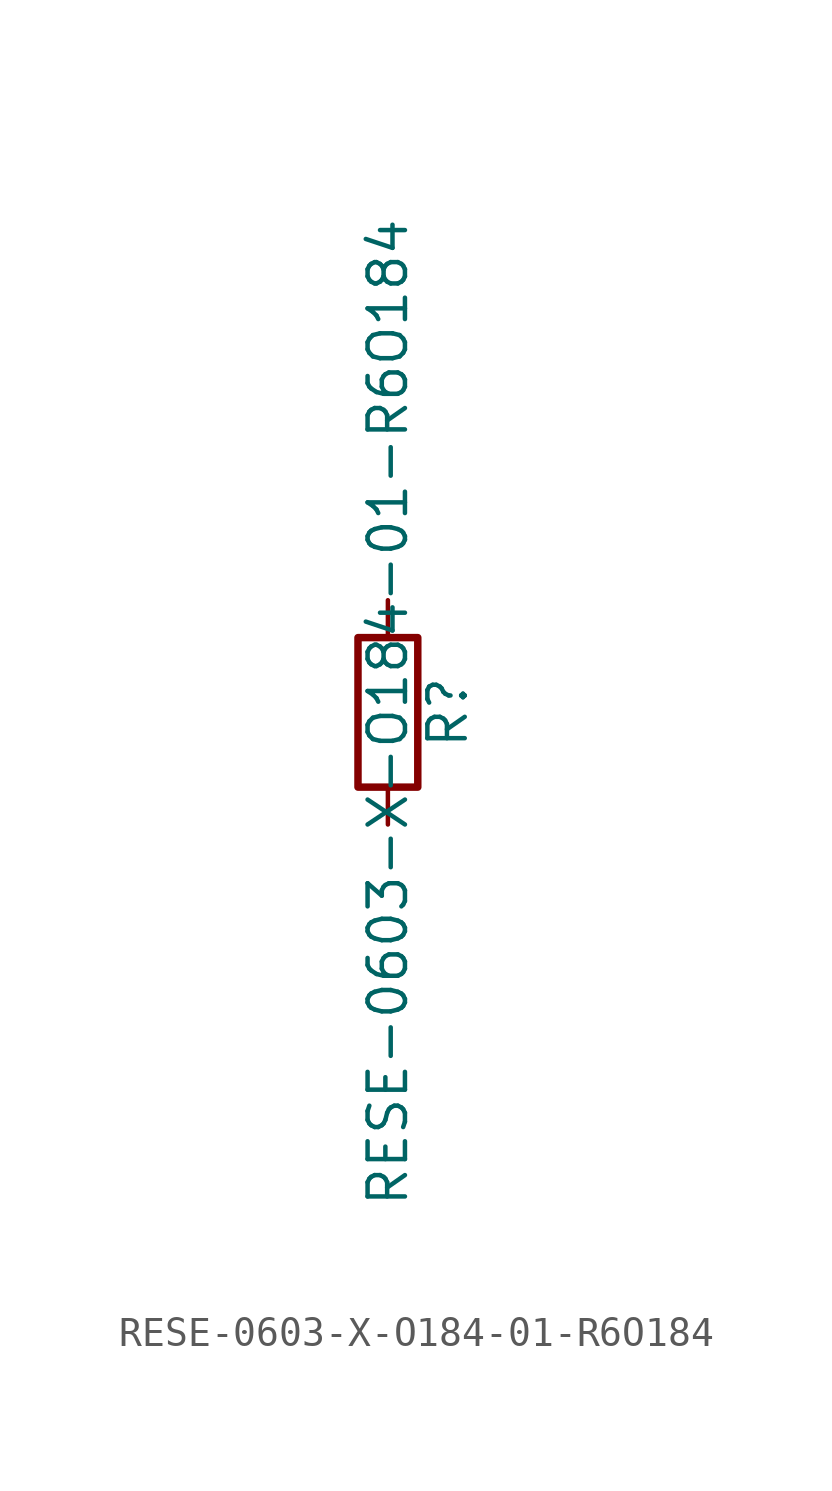
<source format=kicad_sym>
(kicad_symbol_lib
  (version 20211014)
  (generator kicad_symbol_editor)
  (symbol "RESE-0603-X-O184-01-R6O184"
    (pin_numbers hide)
    (pin_names
      (offset 0))
    (property "Reference" "R"
      (at 2.032 0 90)
      (effects (font (size 1.27 1.27))))
    (property "Value" "RESE-0603-X-O184-01-R6O184"
      (at 0 0 90)
      (effects (font (size 1.27 1.27))))
    (symbol "RESE-0603-X-O184-01-R6O184_0_1"
      (rectangle (start -1.016 -2.54) (end 1.016 2.54) (stroke (width 0.254) (type default) (color 0 0 0 0)) (fill (type none))))
    (symbol "RESE-0603-X-O184-01-R6O184_1_1"
      (pin passive line (at 0 3.81 270) (length 1.27) (name "~" (effects (font (size 1.27 1.27)))) (number "1" (effects (font (size 1.27 1.27)))))
      (pin passive line (at 0 -3.81 90) (length 1.27) (name "~" (effects (font (size 1.27 1.27)))) (number "2" (effects (font (size 1.27 1.27))))))))
</source>
